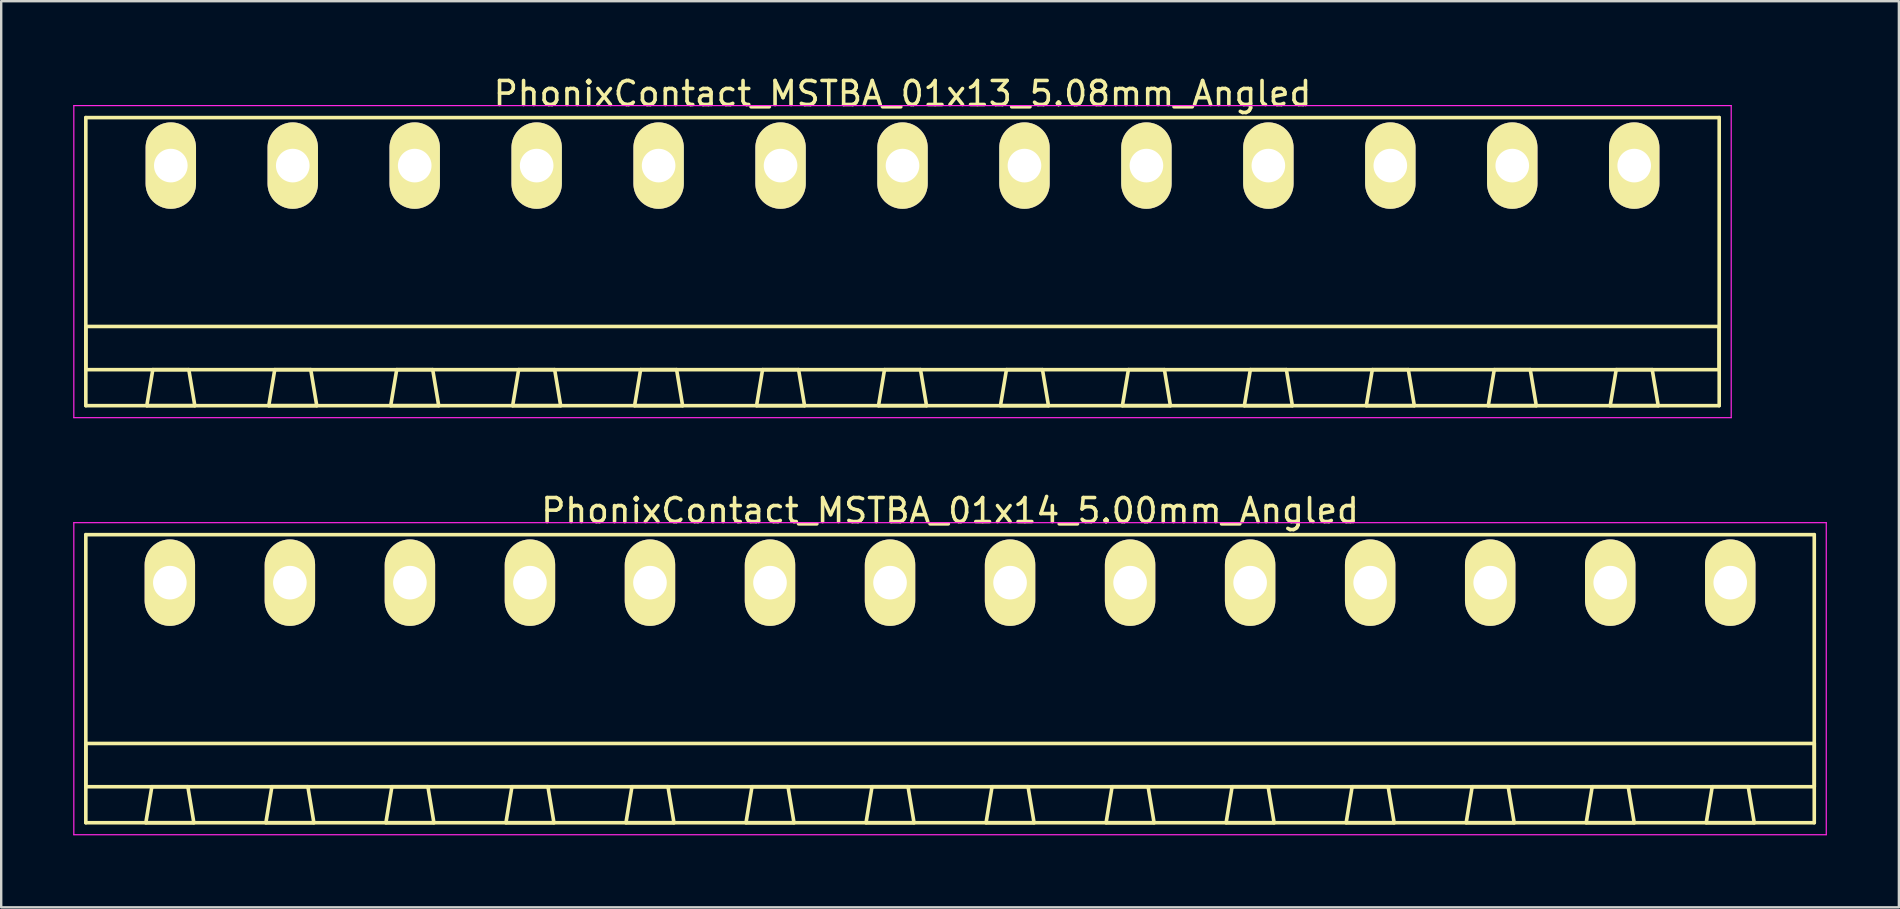
<source format=kicad_pcb>
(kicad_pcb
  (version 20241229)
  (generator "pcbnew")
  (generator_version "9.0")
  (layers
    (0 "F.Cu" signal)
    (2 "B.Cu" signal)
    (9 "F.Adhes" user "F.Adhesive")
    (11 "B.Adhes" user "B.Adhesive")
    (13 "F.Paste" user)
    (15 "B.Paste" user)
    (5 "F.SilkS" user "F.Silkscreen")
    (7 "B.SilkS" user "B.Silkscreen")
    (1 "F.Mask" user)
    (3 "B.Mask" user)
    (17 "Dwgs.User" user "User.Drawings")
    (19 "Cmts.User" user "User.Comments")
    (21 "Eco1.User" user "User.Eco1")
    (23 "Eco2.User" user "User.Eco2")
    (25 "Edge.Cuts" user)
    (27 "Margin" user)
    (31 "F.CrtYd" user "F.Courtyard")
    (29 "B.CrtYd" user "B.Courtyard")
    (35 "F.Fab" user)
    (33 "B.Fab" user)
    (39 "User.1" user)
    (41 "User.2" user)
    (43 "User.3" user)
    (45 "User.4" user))
  (footprint "PhonixContact_MSTBA_01x14_5.00mm_Angled"
    (layer "F.Cu")
    (at 4.025 21.221)
    (property "Reference" "PhonixContact_MSTBA_01x14_5.00mm_Angled" (at 32.5 -3 0) (layer "F.SilkS") (effects (font (size 1 1) (thickness 0.15))))
    (attr through_hole)
    (fp_line (start -3.5 -2) (end -3.5 10) (stroke (width 0.15) (type solid)) (layer "F.SilkS"))
    (fp_line (start -3.5 6.7) (end 68.5 6.7) (stroke (width 0.15) (type solid)) (layer "F.SilkS"))
    (fp_line (start -3.5 8.5) (end -3.5 6.7) (stroke (width 0.15) (type solid)) (layer "F.SilkS"))
    (fp_line (start -3.5 10) (end 68.5 10) (stroke (width 0.15) (type solid)) (layer "F.SilkS"))
    (fp_line (start -1 10) (end 1 10) (stroke (width 0.15) (type solid)) (layer "F.SilkS"))
    (fp_line (start -0.75 8.5) (end -1 10) (stroke (width 0.15) (type solid)) (layer "F.SilkS"))
    (fp_line (start 0.75 8.5) (end -0.75 8.5) (stroke (width 0.15) (type solid)) (layer "F.SilkS"))
    (fp_line (start 1 10) (end 0.75 8.5) (stroke (width 0.15) (type solid)) (layer "F.SilkS"))
    (fp_line (start 4 10) (end 6 10) (stroke (width 0.15) (type solid)) (layer "F.SilkS"))
    (fp_line (start 4.25 8.5) (end 4 10) (stroke (width 0.15) (type solid)) (layer "F.SilkS"))
    (fp_line (start 5.75 8.5) (end 4.25 8.5) (stroke (width 0.15) (type solid)) (layer "F.SilkS"))
    (fp_line (start 6 10) (end 5.75 8.5) (stroke (width 0.15) (type solid)) (layer "F.SilkS"))
    (fp_line (start 9 10) (end 11 10) (stroke (width 0.15) (type solid)) (layer "F.SilkS"))
    (fp_line (start 9.25 8.5) (end 9 10) (stroke (width 0.15) (type solid)) (layer "F.SilkS"))
    (fp_line (start 10.75 8.5) (end 9.25 8.5) (stroke (width 0.15) (type solid)) (layer "F.SilkS"))
    (fp_line (start 11 10) (end 10.75 8.5) (stroke (width 0.15) (type solid)) (layer "F.SilkS"))
    (fp_line (start 14 10) (end 16 10) (stroke (width 0.15) (type solid)) (layer "F.SilkS"))
    (fp_line (start 14.25 8.5) (end 14 10) (stroke (width 0.15) (type solid)) (layer "F.SilkS"))
    (fp_line (start 15.75 8.5) (end 14.25 8.5) (stroke (width 0.15) (type solid)) (layer "F.SilkS"))
    (fp_line (start 16 10) (end 15.75 8.5) (stroke (width 0.15) (type solid)) (layer "F.SilkS"))
    (fp_line (start 19 10) (end 21 10) (stroke (width 0.15) (type solid)) (layer "F.SilkS"))
    (fp_line (start 19.25 8.5) (end 19 10) (stroke (width 0.15) (type solid)) (layer "F.SilkS"))
    (fp_line (start 20.75 8.5) (end 19.25 8.5) (stroke (width 0.15) (type solid)) (layer "F.SilkS"))
    (fp_line (start 21 10) (end 20.75 8.5) (stroke (width 0.15) (type solid)) (layer "F.SilkS"))
    (fp_line (start 24 10) (end 26 10) (stroke (width 0.15) (type solid)) (layer "F.SilkS"))
    (fp_line (start 24.25 8.5) (end 24 10) (stroke (width 0.15) (type solid)) (layer "F.SilkS"))
    (fp_line (start 25.75 8.5) (end 24.25 8.5) (stroke (width 0.15) (type solid)) (layer "F.SilkS"))
    (fp_line (start 26 10) (end 25.75 8.5) (stroke (width 0.15) (type solid)) (layer "F.SilkS"))
    (fp_line (start 29 10) (end 31 10) (stroke (width 0.15) (type solid)) (layer "F.SilkS"))
    (fp_line (start 29.25 8.5) (end 29 10) (stroke (width 0.15) (type solid)) (layer "F.SilkS"))
    (fp_line (start 30.75 8.5) (end 29.25 8.5) (stroke (width 0.15) (type solid)) (layer "F.SilkS"))
    (fp_line (start 31 10) (end 30.75 8.5) (stroke (width 0.15) (type solid)) (layer "F.SilkS"))
    (fp_line (start 34 10) (end 36 10) (stroke (width 0.15) (type solid)) (layer "F.SilkS"))
    (fp_line (start 34.25 8.5) (end 34 10) (stroke (width 0.15) (type solid)) (layer "F.SilkS"))
    (fp_line (start 35.75 8.5) (end 34.25 8.5) (stroke (width 0.15) (type solid)) (layer "F.SilkS"))
    (fp_line (start 36 10) (end 35.75 8.5) (stroke (width 0.15) (type solid)) (layer "F.SilkS"))
    (fp_line (start 39 10) (end 41 10) (stroke (width 0.15) (type solid)) (layer "F.SilkS"))
    (fp_line (start 39.25 8.5) (end 39 10) (stroke (width 0.15) (type solid)) (layer "F.SilkS"))
    (fp_line (start 40.75 8.5) (end 39.25 8.5) (stroke (width 0.15) (type solid)) (layer "F.SilkS"))
    (fp_line (start 41 10) (end 40.75 8.5) (stroke (width 0.15) (type solid)) (layer "F.SilkS"))
    (fp_line (start 44 10) (end 46 10) (stroke (width 0.15) (type solid)) (layer "F.SilkS"))
    (fp_line (start 44.25 8.5) (end 44 10) (stroke (width 0.15) (type solid)) (layer "F.SilkS"))
    (fp_line (start 45.75 8.5) (end 44.25 8.5) (stroke (width 0.15) (type solid)) (layer "F.SilkS"))
    (fp_line (start 46 10) (end 45.75 8.5) (stroke (width 0.15) (type solid)) (layer "F.SilkS"))
    (fp_line (start 49 10) (end 51 10) (stroke (width 0.15) (type solid)) (layer "F.SilkS"))
    (fp_line (start 49.25 8.5) (end 49 10) (stroke (width 0.15) (type solid)) (layer "F.SilkS"))
    (fp_line (start 50.75 8.5) (end 49.25 8.5) (stroke (width 0.15) (type solid)) (layer "F.SilkS"))
    (fp_line (start 51 10) (end 50.75 8.5) (stroke (width 0.15) (type solid)) (layer "F.SilkS"))
    (fp_line (start 54 10) (end 56 10) (stroke (width 0.15) (type solid)) (layer "F.SilkS"))
    (fp_line (start 54.25 8.5) (end 54 10) (stroke (width 0.15) (type solid)) (layer "F.SilkS"))
    (fp_line (start 55.75 8.5) (end 54.25 8.5) (stroke (width 0.15) (type solid)) (layer "F.SilkS"))
    (fp_line (start 56 10) (end 55.75 8.5) (stroke (width 0.15) (type solid)) (layer "F.SilkS"))
    (fp_line (start 59 10) (end 61 10) (stroke (width 0.15) (type solid)) (layer "F.SilkS"))
    (fp_line (start 59.25 8.5) (end 59 10) (stroke (width 0.15) (type solid)) (layer "F.SilkS"))
    (fp_line (start 60.75 8.5) (end 59.25 8.5) (stroke (width 0.15) (type solid)) (layer "F.SilkS"))
    (fp_line (start 61 10) (end 60.75 8.5) (stroke (width 0.15) (type solid)) (layer "F.SilkS"))
    (fp_line (start 64 10) (end 66 10) (stroke (width 0.15) (type solid)) (layer "F.SilkS"))
    (fp_line (start 64.25 8.5) (end 64 10) (stroke (width 0.15) (type solid)) (layer "F.SilkS"))
    (fp_line (start 65.75 8.5) (end 64.25 8.5) (stroke (width 0.15) (type solid)) (layer "F.SilkS"))
    (fp_line (start 66 10) (end 65.75 8.5) (stroke (width 0.15) (type solid)) (layer "F.SilkS"))
    (fp_line (start 68.5 -2) (end -3.5 -2) (stroke (width 0.15) (type solid)) (layer "F.SilkS"))
    (fp_line (start 68.5 6.7) (end 68.5 8.5) (stroke (width 0.15) (type solid)) (layer "F.SilkS"))
    (fp_line (start 68.5 8.5) (end -3.5 8.5) (stroke (width 0.15) (type solid)) (layer "F.SilkS"))
    (fp_line (start 68.5 10) (end 68.5 -2) (stroke (width 0.15) (type solid)) (layer "F.SilkS"))
    (fp_line (start -4 -2.5) (end -4 10.5) (stroke (width 0.05) (type solid)) (layer "F.CrtYd"))
    (fp_line (start -4 10.5) (end 69 10.5) (stroke (width 0.05) (type solid)) (layer "F.CrtYd"))
    (fp_line (start 69 -2.5) (end -4 -2.5) (stroke (width 0.05) (type solid)) (layer "F.CrtYd"))
    (fp_line (start 69 10.5) (end 69 -2.5) (stroke (width 0.05) (type solid)) (layer "F.CrtYd"))
    (pad "1" thru_hole oval (at 0 0) (size 2.1 3.6) (drill 1.4) (layers "*.Cu" "*.Mask" "F.SilkS"))
    (pad "2" thru_hole oval (at 5 0) (size 2.1 3.6) (drill 1.4) (layers "*.Cu" "*.Mask" "F.SilkS"))
    (pad "3" thru_hole oval (at 10 0) (size 2.1 3.6) (drill 1.4) (layers "*.Cu" "*.Mask" "F.SilkS"))
    (pad "4" thru_hole oval (at 15 0) (size 2.1 3.6) (drill 1.4) (layers "*.Cu" "*.Mask" "F.SilkS"))
    (pad "5" thru_hole oval (at 20 0) (size 2.1 3.6) (drill 1.4) (layers "*.Cu" "*.Mask" "F.SilkS"))
    (pad "6" thru_hole oval (at 25 0) (size 2.1 3.6) (drill 1.4) (layers "*.Cu" "*.Mask" "F.SilkS"))
    (pad "7" thru_hole oval (at 30 0) (size 2.1 3.6) (drill 1.4) (layers "*.Cu" "*.Mask" "F.SilkS"))
    (pad "8" thru_hole oval (at 35 0) (size 2.1 3.6) (drill 1.4) (layers "*.Cu" "*.Mask" "F.SilkS"))
    (pad "9" thru_hole oval (at 40 0) (size 2.1 3.6) (drill 1.4) (layers "*.Cu" "*.Mask" "F.SilkS"))
    (pad "10" thru_hole oval (at 45 0) (size 2.1 3.6) (drill 1.4) (layers "*.Cu" "*.Mask" "F.SilkS"))
    (pad "11" thru_hole oval (at 50 0) (size 2.1 3.6) (drill 1.4) (layers "*.Cu" "*.Mask" "F.SilkS"))
    (pad "12" thru_hole oval (at 55 0) (size 2.1 3.6) (drill 1.4) (layers "*.Cu" "*.Mask" "F.SilkS"))
    (pad "13" thru_hole oval (at 60 0) (size 2.1 3.6) (drill 1.4) (layers "*.Cu" "*.Mask" "F.SilkS"))
    (pad "14" thru_hole oval (at 65 0) (size 2.1 3.6) (drill 1.4) (layers "*.Cu" "*.Mask" "F.SilkS")))
  (footprint "PhonixContact_MSTBA_01x13_5.08mm_Angled"
    (layer "F.Cu")
    (at 4.065 3.848)
    (property "Reference" "PhonixContact_MSTBA_01x13_5.08mm_Angled" (at 30.48 -3 0) (layer "F.SilkS") (effects (font (size 1 1) (thickness 0.15))))
    (attr through_hole)
    (fp_line (start -3.54 -2) (end -3.54 10) (stroke (width 0.15) (type solid)) (layer "F.SilkS"))
    (fp_line (start -3.54 6.7) (end 64.5 6.7) (stroke (width 0.15) (type solid)) (layer "F.SilkS"))
    (fp_line (start -3.54 8.5) (end -3.54 6.7) (stroke (width 0.15) (type solid)) (layer "F.SilkS"))
    (fp_line (start -3.54 10) (end 64.5 10) (stroke (width 0.15) (type solid)) (layer "F.SilkS"))
    (fp_line (start -1 10) (end 1 10) (stroke (width 0.15) (type solid)) (layer "F.SilkS"))
    (fp_line (start -0.75 8.5) (end -1 10) (stroke (width 0.15) (type solid)) (layer "F.SilkS"))
    (fp_line (start 0.75 8.5) (end -0.75 8.5) (stroke (width 0.15) (type solid)) (layer "F.SilkS"))
    (fp_line (start 1 10) (end 0.75 8.5) (stroke (width 0.15) (type solid)) (layer "F.SilkS"))
    (fp_line (start 4.08 10) (end 6.08 10) (stroke (width 0.15) (type solid)) (layer "F.SilkS"))
    (fp_line (start 4.33 8.5) (end 4.08 10) (stroke (width 0.15) (type solid)) (layer "F.SilkS"))
    (fp_line (start 5.83 8.5) (end 4.33 8.5) (stroke (width 0.15) (type solid)) (layer "F.SilkS"))
    (fp_line (start 6.08 10) (end 5.83 8.5) (stroke (width 0.15) (type solid)) (layer "F.SilkS"))
    (fp_line (start 9.16 10) (end 11.16 10) (stroke (width 0.15) (type solid)) (layer "F.SilkS"))
    (fp_line (start 9.41 8.5) (end 9.16 10) (stroke (width 0.15) (type solid)) (layer "F.SilkS"))
    (fp_line (start 10.91 8.5) (end 9.41 8.5) (stroke (width 0.15) (type solid)) (layer "F.SilkS"))
    (fp_line (start 11.16 10) (end 10.91 8.5) (stroke (width 0.15) (type solid)) (layer "F.SilkS"))
    (fp_line (start 14.24 10) (end 16.24 10) (stroke (width 0.15) (type solid)) (layer "F.SilkS"))
    (fp_line (start 14.49 8.5) (end 14.24 10) (stroke (width 0.15) (type solid)) (layer "F.SilkS"))
    (fp_line (start 15.99 8.5) (end 14.49 8.5) (stroke (width 0.15) (type solid)) (layer "F.SilkS"))
    (fp_line (start 16.24 10) (end 15.99 8.5) (stroke (width 0.15) (type solid)) (layer "F.SilkS"))
    (fp_line (start 19.32 10) (end 21.32 10) (stroke (width 0.15) (type solid)) (layer "F.SilkS"))
    (fp_line (start 19.57 8.5) (end 19.32 10) (stroke (width 0.15) (type solid)) (layer "F.SilkS"))
    (fp_line (start 21.07 8.5) (end 19.57 8.5) (stroke (width 0.15) (type solid)) (layer "F.SilkS"))
    (fp_line (start 21.32 10) (end 21.07 8.5) (stroke (width 0.15) (type solid)) (layer "F.SilkS"))
    (fp_line (start 24.4 10) (end 26.4 10) (stroke (width 0.15) (type solid)) (layer "F.SilkS"))
    (fp_line (start 24.65 8.5) (end 24.4 10) (stroke (width 0.15) (type solid)) (layer "F.SilkS"))
    (fp_line (start 26.15 8.5) (end 24.65 8.5) (stroke (width 0.15) (type solid)) (layer "F.SilkS"))
    (fp_line (start 26.4 10) (end 26.15 8.5) (stroke (width 0.15) (type solid)) (layer "F.SilkS"))
    (fp_line (start 29.48 10) (end 31.48 10) (stroke (width 0.15) (type solid)) (layer "F.SilkS"))
    (fp_line (start 29.73 8.5) (end 29.48 10) (stroke (width 0.15) (type solid)) (layer "F.SilkS"))
    (fp_line (start 31.23 8.5) (end 29.73 8.5) (stroke (width 0.15) (type solid)) (layer "F.SilkS"))
    (fp_line (start 31.48 10) (end 31.23 8.5) (stroke (width 0.15) (type solid)) (layer "F.SilkS"))
    (fp_line (start 34.56 10) (end 36.56 10) (stroke (width 0.15) (type solid)) (layer "F.SilkS"))
    (fp_line (start 34.81 8.5) (end 34.56 10) (stroke (width 0.15) (type solid)) (layer "F.SilkS"))
    (fp_line (start 36.31 8.5) (end 34.81 8.5) (stroke (width 0.15) (type solid)) (layer "F.SilkS"))
    (fp_line (start 36.56 10) (end 36.31 8.5) (stroke (width 0.15) (type solid)) (layer "F.SilkS"))
    (fp_line (start 39.64 10) (end 41.64 10) (stroke (width 0.15) (type solid)) (layer "F.SilkS"))
    (fp_line (start 39.89 8.5) (end 39.64 10) (stroke (width 0.15) (type solid)) (layer "F.SilkS"))
    (fp_line (start 41.39 8.5) (end 39.89 8.5) (stroke (width 0.15) (type solid)) (layer "F.SilkS"))
    (fp_line (start 41.64 10) (end 41.39 8.5) (stroke (width 0.15) (type solid)) (layer "F.SilkS"))
    (fp_line (start 44.72 10) (end 46.72 10) (stroke (width 0.15) (type solid)) (layer "F.SilkS"))
    (fp_line (start 44.97 8.5) (end 44.72 10) (stroke (width 0.15) (type solid)) (layer "F.SilkS"))
    (fp_line (start 46.47 8.5) (end 44.97 8.5) (stroke (width 0.15) (type solid)) (layer "F.SilkS"))
    (fp_line (start 46.72 10) (end 46.47 8.5) (stroke (width 0.15) (type solid)) (layer "F.SilkS"))
    (fp_line (start 49.8 10) (end 51.8 10) (stroke (width 0.15) (type solid)) (layer "F.SilkS"))
    (fp_line (start 50.05 8.5) (end 49.8 10) (stroke (width 0.15) (type solid)) (layer "F.SilkS"))
    (fp_line (start 51.55 8.5) (end 50.05 8.5) (stroke (width 0.15) (type solid)) (layer "F.SilkS"))
    (fp_line (start 51.8 10) (end 51.55 8.5) (stroke (width 0.15) (type solid)) (layer "F.SilkS"))
    (fp_line (start 54.88 10) (end 56.88 10) (stroke (width 0.15) (type solid)) (layer "F.SilkS"))
    (fp_line (start 55.13 8.5) (end 54.88 10) (stroke (width 0.15) (type solid)) (layer "F.SilkS"))
    (fp_line (start 56.63 8.5) (end 55.13 8.5) (stroke (width 0.15) (type solid)) (layer "F.SilkS"))
    (fp_line (start 56.88 10) (end 56.63 8.5) (stroke (width 0.15) (type solid)) (layer "F.SilkS"))
    (fp_line (start 59.96 10) (end 61.96 10) (stroke (width 0.15) (type solid)) (layer "F.SilkS"))
    (fp_line (start 60.21 8.5) (end 59.96 10) (stroke (width 0.15) (type solid)) (layer "F.SilkS"))
    (fp_line (start 61.71 8.5) (end 60.21 8.5) (stroke (width 0.15) (type solid)) (layer "F.SilkS"))
    (fp_line (start 61.96 10) (end 61.71 8.5) (stroke (width 0.15) (type solid)) (layer "F.SilkS"))
    (fp_line (start 64.5 -2) (end -3.54 -2) (stroke (width 0.15) (type solid)) (layer "F.SilkS"))
    (fp_line (start 64.5 6.7) (end 64.5 8.5) (stroke (width 0.15) (type solid)) (layer "F.SilkS"))
    (fp_line (start 64.5 8.5) (end -3.54 8.5) (stroke (width 0.15) (type solid)) (layer "F.SilkS"))
    (fp_line (start 64.5 10) (end 64.5 -2) (stroke (width 0.15) (type solid)) (layer "F.SilkS"))
    (fp_line (start -4.04 -2.5) (end -4.04 10.5) (stroke (width 0.05) (type solid)) (layer "F.CrtYd"))
    (fp_line (start -4.04 10.5) (end 65 10.5) (stroke (width 0.05) (type solid)) (layer "F.CrtYd"))
    (fp_line (start 65 -2.5) (end -4.04 -2.5) (stroke (width 0.05) (type solid)) (layer "F.CrtYd"))
    (fp_line (start 65 10.5) (end 65 -2.5) (stroke (width 0.05) (type solid)) (layer "F.CrtYd"))
    (pad "1" thru_hole oval (at 0 0) (size 2.1 3.6) (drill 1.4) (layers "*.Cu" "*.Mask" "F.SilkS"))
    (pad "2" thru_hole oval (at 5.08 0) (size 2.1 3.6) (drill 1.4) (layers "*.Cu" "*.Mask" "F.SilkS"))
    (pad "3" thru_hole oval (at 10.16 0) (size 2.1 3.6) (drill 1.4) (layers "*.Cu" "*.Mask" "F.SilkS"))
    (pad "4" thru_hole oval (at 15.24 0) (size 2.1 3.6) (drill 1.4) (layers "*.Cu" "*.Mask" "F.SilkS"))
    (pad "5" thru_hole oval (at 20.32 0) (size 2.1 3.6) (drill 1.4) (layers "*.Cu" "*.Mask" "F.SilkS"))
    (pad "6" thru_hole oval (at 25.4 0) (size 2.1 3.6) (drill 1.4) (layers "*.Cu" "*.Mask" "F.SilkS"))
    (pad "7" thru_hole oval (at 30.48 0) (size 2.1 3.6) (drill 1.4) (layers "*.Cu" "*.Mask" "F.SilkS"))
    (pad "8" thru_hole oval (at 35.56 0) (size 2.1 3.6) (drill 1.4) (layers "*.Cu" "*.Mask" "F.SilkS"))
    (pad "9" thru_hole oval (at 40.64 0) (size 2.1 3.6) (drill 1.4) (layers "*.Cu" "*.Mask" "F.SilkS"))
    (pad "10" thru_hole oval (at 45.72 0) (size 2.1 3.6) (drill 1.4) (layers "*.Cu" "*.Mask" "F.SilkS"))
    (pad "11" thru_hole oval (at 50.8 0) (size 2.1 3.6) (drill 1.4) (layers "*.Cu" "*.Mask" "F.SilkS"))
    (pad "12" thru_hole oval (at 55.88 0) (size 2.1 3.6) (drill 1.4) (layers "*.Cu" "*.Mask" "F.SilkS"))
    (pad "13" thru_hole oval (at 60.96 0) (size 2.1 3.6) (drill 1.4) (layers "*.Cu" "*.Mask" "F.SilkS")))
  (gr_rect
    (start -3 -3)
    (end 76.05 34.746)
    (stroke (width 0.1) (type default))
    (fill no)
    (layer "Edge.Cuts")))
</source>
